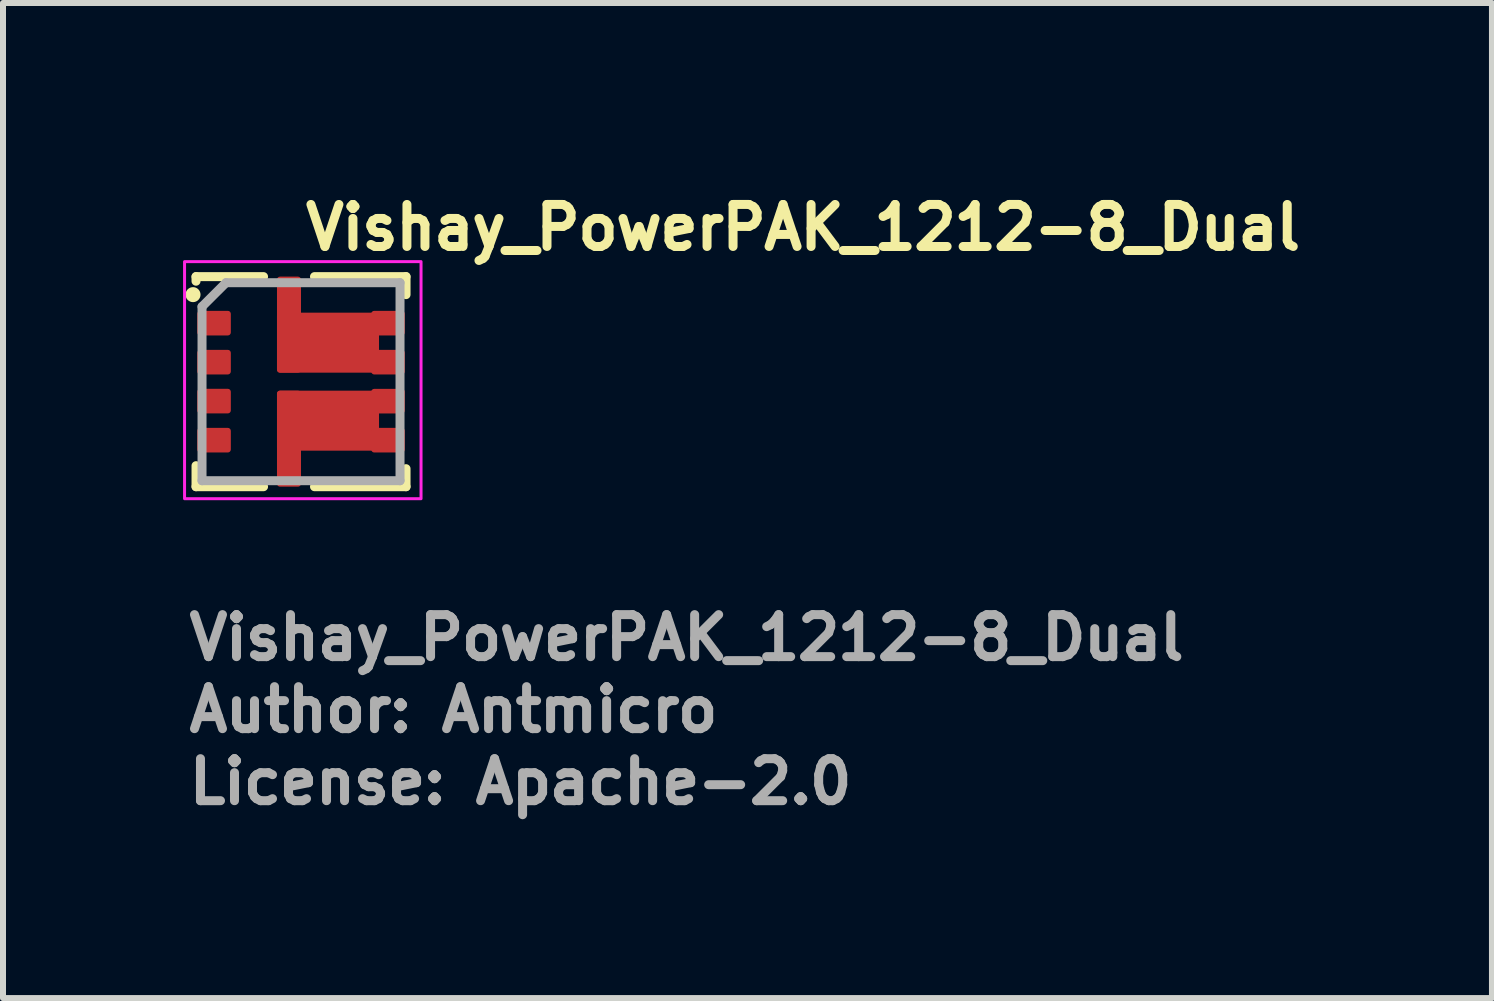
<source format=kicad_pcb>
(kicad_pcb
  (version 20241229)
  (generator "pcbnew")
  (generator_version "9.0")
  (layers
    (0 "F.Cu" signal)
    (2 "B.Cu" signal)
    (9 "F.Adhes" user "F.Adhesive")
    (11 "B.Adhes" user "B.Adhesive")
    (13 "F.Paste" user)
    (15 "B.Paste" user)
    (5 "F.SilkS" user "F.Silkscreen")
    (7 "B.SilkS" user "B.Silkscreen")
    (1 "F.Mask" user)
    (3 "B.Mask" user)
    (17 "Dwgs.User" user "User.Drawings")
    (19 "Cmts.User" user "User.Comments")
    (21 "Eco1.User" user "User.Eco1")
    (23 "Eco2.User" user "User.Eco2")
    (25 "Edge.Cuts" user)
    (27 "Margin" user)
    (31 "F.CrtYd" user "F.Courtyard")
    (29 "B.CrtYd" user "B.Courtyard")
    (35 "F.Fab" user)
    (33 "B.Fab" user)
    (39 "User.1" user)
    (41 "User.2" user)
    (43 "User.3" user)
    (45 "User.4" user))
  (footprint "Vishay_PowerPAK_1212-8_Dual"
    (layer "F.Cu")
    (at 1.965 3.309)
    (property "Reference" "Vishay_PowerPAK_1212-8_Dual" (at 0 -2.159 0) (layer "F.SilkS") (effects (font (size 0.7 0.7) (thickness 0.15)) (justify left bottom)))
    (attr smd)
    (fp_line (start -1.749 -1.75) (end -0.624 -1.75) (stroke (width 0.15) (type solid)) (layer "F.SilkS"))
    (fp_line (start -1.749 -1.674) (end -1.749 -1.75) (stroke (width 0.15) (type solid)) (layer "F.SilkS"))
    (fp_line (start -1.749 1.4) (end -1.749 1.75) (stroke (width 0.15) (type solid)) (layer "F.SilkS"))
    (fp_line (start -1.749 1.75) (end -0.624 1.75) (stroke (width 0.15) (type solid)) (layer "F.SilkS"))
    (fp_line (start 0.225 -1.75) (end 1.75 -1.75) (stroke (width 0.15) (type solid)) (layer "F.SilkS"))
    (fp_line (start 1.75 -1.75) (end 1.75 -1.45) (stroke (width 0.15) (type solid)) (layer "F.SilkS"))
    (fp_line (start 1.75 1.45) (end 1.75 1.75) (stroke (width 0.15) (type solid)) (layer "F.SilkS"))
    (fp_line (start 1.75 1.75) (end 0.225 1.75) (stroke (width 0.15) (type solid)) (layer "F.SilkS"))
    (fp_circle (center -1.799 -1.45) (end -1.749 -1.45) (stroke (width 0.15) (type solid)) (fill yes) (layer "F.SilkS"))
    (fp_rect (start -1.94 -2) (end 2 1.95) (stroke (width 0.05) (type solid)) (fill no) (layer "F.CrtYd"))
    (fp_line (start -1.649 -1.25) (end -1.649 1.65) (stroke (width 0.15) (type solid)) (layer "F.Fab"))
    (fp_line (start -1.249 -1.649) (end -1.649 -1.25) (stroke (width 0.15) (type solid)) (layer "F.Fab"))
    (fp_line (start -1.249 -1.649) (end 1.65 -1.649) (stroke (width 0.15) (type solid)) (layer "F.Fab"))
    (fp_line (start 1.65 -1.649) (end 1.65 1.65) (stroke (width 0.15) (type solid)) (layer "F.Fab"))
    (fp_line (start 1.65 1.65) (end -1.649 1.65) (stroke (width 0.15) (type solid)) (layer "F.Fab"))
    (fp_rect (start -1.649 -1.649) (end 1.65 1.65) (stroke (width 0.15) (type solid)) (fill no) (layer "User.5"))
    (fp_line (start -1.524 -1.524) (end -1.524 -1.125) (stroke (width 0.01) (type solid)) (layer "User.9"))
    (fp_line (start -1.524 -0.825) (end -1.524 -0.475) (stroke (width 0.01) (type solid)) (layer "User.9"))
    (fp_line (start -1.524 -0.174) (end -1.524 0.175) (stroke (width 0.01) (type solid)) (layer "User.9"))
    (fp_line (start -1.524 0.474) (end -1.524 0.824) (stroke (width 0.01) (type solid)) (layer "User.9"))
    (fp_line (start -1.524 1.125) (end -1.524 1.525) (stroke (width 0.01) (type solid)) (layer "User.9"))
    (fp_line (start -1.524 1.525) (end -0.325 1.525) (stroke (width 0.01) (type solid)) (layer "User.9"))
    (fp_line (start -0.325 -1.524) (end -1.524 -1.524) (stroke (width 0.01) (type solid)) (layer "User.9"))
    (fp_line (start -0.073 1.525) (end 1.525 1.525) (stroke (width 0.01) (type solid)) (layer "User.9"))
    (fp_line (start 1.525 -1.524) (end -0.073 -1.524) (stroke (width 0.01) (type solid)) (layer "User.9"))
    (fp_line (start 1.525 -1.125) (end 1.525 -1.524) (stroke (width 0.01) (type solid)) (layer "User.9"))
    (fp_line (start 1.525 -1.125) (end 1.65 -1.125) (stroke (width 0.01) (type solid)) (layer "User.9"))
    (fp_line (start 1.525 -0.825) (end 1.525 -1.125) (stroke (width 0.01) (type solid)) (layer "User.9"))
    (fp_line (start 1.525 -0.475) (end 1.525 -0.825) (stroke (width 0.01) (type solid)) (layer "User.9"))
    (fp_line (start 1.525 -0.475) (end 1.65 -0.475) (stroke (width 0.01) (type solid)) (layer "User.9"))
    (fp_line (start 1.525 -0.174) (end 1.525 -0.475) (stroke (width 0.01) (type solid)) (layer "User.9"))
    (fp_line (start 1.525 0.175) (end 1.525 -0.174) (stroke (width 0.01) (type solid)) (layer "User.9"))
    (fp_line (start 1.525 0.824) (end 1.525 0.474) (stroke (width 0.01) (type solid)) (layer "User.9"))
    (fp_line (start 1.525 1.525) (end 1.525 1.125) (stroke (width 0.01) (type solid)) (layer "User.9"))
    (fp_line (start 1.65 -1.125) (end 1.65 -0.825) (stroke (width 0.01) (type solid)) (layer "User.9"))
    (fp_line (start 1.65 -0.825) (end 1.525 -0.825) (stroke (width 0.01) (type solid)) (layer "User.9"))
    (fp_line (start 1.65 -0.475) (end 1.65 -0.174) (stroke (width 0.01) (type solid)) (layer "User.9"))
    (fp_line (start 1.65 -0.174) (end 1.525 -0.174) (stroke (width 0.01) (type solid)) (layer "User.9"))
    (fp_rect (start -1.649 -1.125) (end -1.524 -0.825) (stroke (width 0.01) (type solid)) (fill no) (layer "User.9"))
    (fp_rect (start -1.649 -0.475) (end -1.524 -0.174) (stroke (width 0.01) (type solid)) (fill no) (layer "User.9"))
    (fp_rect (start -1.649 0.175) (end -1.524 0.474) (stroke (width 0.01) (type solid)) (fill no) (layer "User.9"))
    (fp_rect (start -1.649 0.824) (end -1.524 1.125) (stroke (width 0.01) (type solid)) (fill no) (layer "User.9"))
    (fp_rect (start -0.325 -1.649) (end -0.073 -1.524) (stroke (width 0.01) (type solid)) (fill no) (layer "User.9"))
    (fp_rect (start -0.325 1.525) (end -0.073 1.65) (stroke (width 0.01) (type solid)) (fill no) (layer "User.9"))
    (fp_rect (start 1.525 0.175) (end 1.65 0.474) (stroke (width 0.01) (type solid)) (fill no) (layer "User.9"))
    (fp_rect (start 1.525 0.824) (end 1.65 1.125) (stroke (width 0.01) (type solid)) (fill no) (layer "User.9"))
    (fp_text user "License: Apache-2.0" (at -1.94 7.075 0) (layer "F.Fab") (effects (font (size 0.7 0.7) (thickness 0.15)) (justify left bottom)))
    (fp_text user "${REFERENCE}" (at -1.94 4.675 0) (layer "F.Fab") (effects (font (size 0.7 0.7) (thickness 0.15)) (justify left bottom)))
    (fp_text user "Author: Antmicro" (at -1.94 5.875 0) (layer "F.Fab") (effects (font (size 0.7 0.7) (thickness 0.15)) (justify left bottom)))
    (pad "1" smd roundrect (at -1.449 -0.975) (size 0.56 0.41) (layers "F.Cu" "F.Mask" "F.Paste") (roundrect_rratio 0.122))
    (pad "2" smd roundrect (at -1.449 -0.325) (size 0.56 0.41) (layers "F.Cu" "F.Mask" "F.Paste") (roundrect_rratio 0.122))
    (pad "3" smd roundrect (at -1.449 0.324) (size 0.56 0.41) (layers "F.Cu" "F.Mask" "F.Paste") (roundrect_rratio 0.122))
    (pad "4" smd roundrect (at -1.449 0.975) (size 0.56 0.41) (layers "F.Cu" "F.Mask" "F.Paste") (roundrect_rratio 0.122))
    (pad "5" smd roundrect (at -0.2 0.95 180) (size 0.4 1.6) (layers "F.Cu" "F.Mask" "F.Paste") (roundrect_rratio 0.125))
    (pad "5" smd roundrect (at 0.45 0.65 180) (size 1.7 1) (layers "F.Cu" "F.Mask" "F.Paste") (roundrect_rratio 0.05))
    (pad "5" smd roundrect (at 1.45 0.325 180) (size 0.56 0.41) (layers "F.Cu" "F.Mask" "F.Paste") (roundrect_rratio 0.122))
    (pad "5" smd roundrect (at 1.45 0.975 180) (size 0.56 0.41) (layers "F.Cu" "F.Mask" "F.Paste") (roundrect_rratio 0.122))
    (pad "6" smd roundrect (at -0.2 -0.95) (size 0.4 1.6) (layers "F.Cu" "F.Mask" "F.Paste") (roundrect_rratio 0.125))
    (pad "6" smd roundrect (at 0.45 -0.65) (size 1.7 1) (layers "F.Cu" "F.Mask" "F.Paste") (roundrect_rratio 0.05))
    (pad "6" smd roundrect (at 1.45 -0.975) (size 0.56 0.41) (layers "F.Cu" "F.Mask" "F.Paste") (roundrect_rratio 0.122))
    (pad "6" smd roundrect (at 1.45 -0.325) (size 0.56 0.41) (layers "F.Cu" "F.Mask" "F.Paste") (roundrect_rratio 0.122)))
  (gr_rect
    (start -3 -3)
    (end 21.808 13.579)
    (stroke (width 0.1) (type default))
    (fill no)
    (layer "Edge.Cuts")))
</source>
